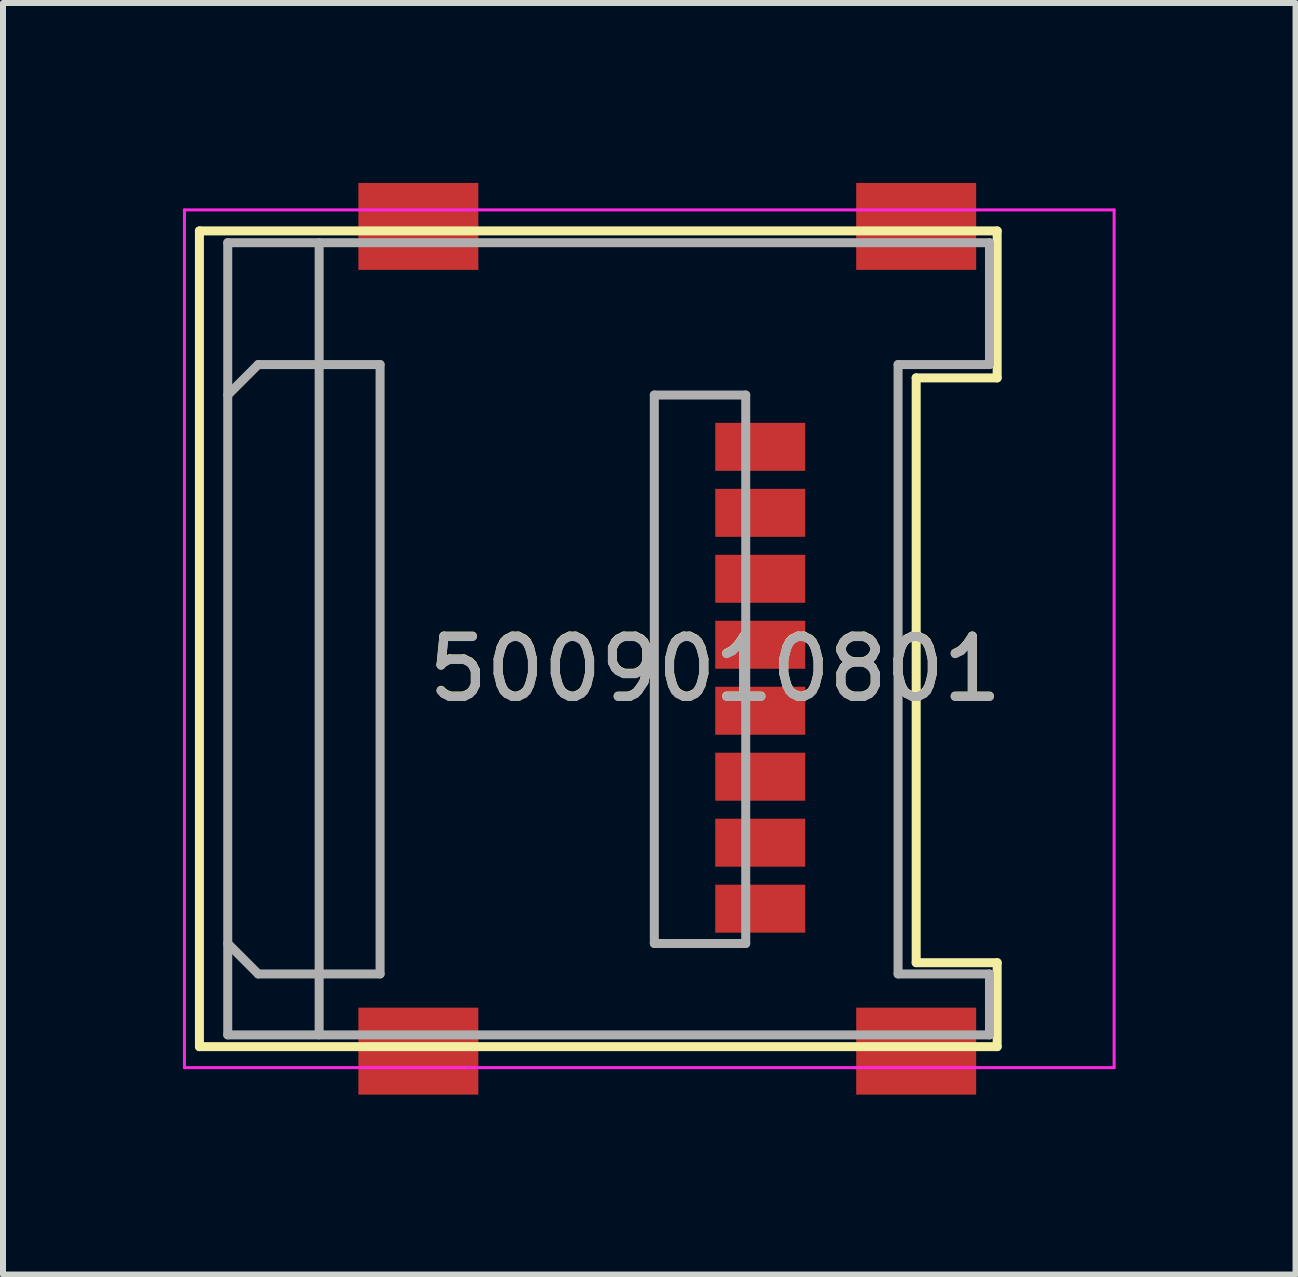
<source format=kicad_pcb>
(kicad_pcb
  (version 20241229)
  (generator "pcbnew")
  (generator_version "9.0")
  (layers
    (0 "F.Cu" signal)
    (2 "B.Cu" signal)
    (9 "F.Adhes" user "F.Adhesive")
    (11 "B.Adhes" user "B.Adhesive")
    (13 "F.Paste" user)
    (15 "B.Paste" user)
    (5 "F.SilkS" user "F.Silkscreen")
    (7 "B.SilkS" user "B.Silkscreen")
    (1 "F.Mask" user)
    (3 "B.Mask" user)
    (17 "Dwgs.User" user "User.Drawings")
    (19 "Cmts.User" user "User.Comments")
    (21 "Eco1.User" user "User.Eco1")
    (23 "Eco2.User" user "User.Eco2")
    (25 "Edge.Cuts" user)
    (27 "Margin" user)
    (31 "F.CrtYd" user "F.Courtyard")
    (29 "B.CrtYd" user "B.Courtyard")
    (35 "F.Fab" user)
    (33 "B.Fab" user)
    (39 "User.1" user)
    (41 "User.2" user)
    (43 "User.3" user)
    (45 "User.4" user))
  (footprint "5009010801"
    (layer "F.Cu")
    (at 8.875 7.6)
    (property "Reference" "5009010801" (at 0 0.5 0) (layer "F.SilkS") (effects (font (size 1 1) (thickness 0.15))))
    (attr through_hole)
    (fp_line (start -8.6 -6.8) (end 4.7 -6.8) (stroke (width 0.15) (type solid)) (layer "F.SilkS"))
    (fp_line (start -8.6 6.8) (end -8.6 -6.8) (stroke (width 0.15) (type solid)) (layer "F.SilkS"))
    (fp_line (start 3.35 -4.35) (end 3.35 5.4) (stroke (width 0.15) (type solid)) (layer "F.SilkS"))
    (fp_line (start 3.35 -4.35) (end 4.7 -4.35) (stroke (width 0.15) (type solid)) (layer "F.SilkS"))
    (fp_line (start 3.35 5.4) (end 4.7 5.4) (stroke (width 0.15) (type solid)) (layer "F.SilkS"))
    (fp_line (start 4.7 -4.35) (end 4.7 -6.8) (stroke (width 0.15) (type solid)) (layer "F.SilkS"))
    (fp_line (start 4.7 5.4) (end 4.7 6.8) (stroke (width 0.15) (type solid)) (layer "F.SilkS"))
    (fp_line (start 4.7 6.8) (end -8.6 6.8) (stroke (width 0.15) (type solid)) (layer "F.SilkS"))
    (fp_line (start -8.85 -7.15) (end 6.65 -7.15) (stroke (width 0.05) (type solid)) (layer "F.CrtYd"))
    (fp_line (start -8.85 7.15) (end -8.85 -7.15) (stroke (width 0.05) (type solid)) (layer "F.CrtYd"))
    (fp_line (start 6.65 -7.15) (end 6.65 7.15) (stroke (width 0.05) (type solid)) (layer "F.CrtYd"))
    (fp_line (start 6.65 7.15) (end -8.85 7.15) (stroke (width 0.05) (type solid)) (layer "F.CrtYd"))
    (fp_line (start -8.128 -6.604) (end -8.128 6.604) (stroke (width 0.15) (type solid)) (layer "F.Fab"))
    (fp_line (start -8.128 -6.604) (end 4.572 -6.604) (stroke (width 0.15) (type solid)) (layer "F.Fab"))
    (fp_line (start -8.128 6.604) (end 4.572 6.604) (stroke (width 0.15) (type solid)) (layer "F.Fab"))
    (fp_line (start -7.62 -4.572) (end -8.128 -4.064) (stroke (width 0.15) (type solid)) (layer "F.Fab"))
    (fp_line (start -7.62 5.588) (end -8.128 5.08) (stroke (width 0.15) (type solid)) (layer "F.Fab"))
    (fp_line (start -6.604 -6.604) (end -6.604 6.604) (stroke (width 0.15) (type solid)) (layer "F.Fab"))
    (fp_line (start -5.588 -4.572) (end -7.62 -4.572) (stroke (width 0.15) (type solid)) (layer "F.Fab"))
    (fp_line (start -5.588 -4.572) (end -5.588 5.588) (stroke (width 0.15) (type solid)) (layer "F.Fab"))
    (fp_line (start -5.588 5.588) (end -7.62 5.588) (stroke (width 0.15) (type solid)) (layer "F.Fab"))
    (fp_line (start -1.016 -4.064) (end 0.508 -4.064) (stroke (width 0.15) (type solid)) (layer "F.Fab"))
    (fp_line (start -1.016 5.08) (end -1.016 -4.064) (stroke (width 0.15) (type solid)) (layer "F.Fab"))
    (fp_line (start 0.508 -4.064) (end 0.508 5.08) (stroke (width 0.15) (type solid)) (layer "F.Fab"))
    (fp_line (start 0.508 5.08) (end -1.016 5.08) (stroke (width 0.15) (type solid)) (layer "F.Fab"))
    (fp_line (start 3.048 -4.572) (end 4.572 -4.572) (stroke (width 0.15) (type solid)) (layer "F.Fab"))
    (fp_line (start 3.048 5.588) (end 3.048 -4.572) (stroke (width 0.15) (type solid)) (layer "F.Fab"))
    (fp_line (start 4.572 -6.604) (end 4.572 -4.572) (stroke (width 0.15) (type solid)) (layer "F.Fab"))
    (fp_line (start 4.572 5.588) (end 3.048 5.588) (stroke (width 0.15) (type solid)) (layer "F.Fab"))
    (fp_line (start 4.572 6.604) (end 4.572 5.588) (stroke (width 0.15) (type solid)) (layer "F.Fab"))
    (fp_text user "${REFERENCE}" (at 0 0.508 0) (layer "F.Fab") (effects (font (size 1 1) (thickness 0.15))))
    (pad "1" smd rect (at 0.75 -3.2) (size 1.5 0.8) (layers "F.Cu" "F.Mask" "F.Paste"))
    (pad "2" smd rect (at 0.75 -2.1) (size 1.5 0.8) (layers "F.Cu" "F.Mask" "F.Paste"))
    (pad "3" smd rect (at 0.75 -1) (size 1.5 0.8) (layers "F.Cu" "F.Mask" "F.Paste"))
    (pad "4" smd rect (at 0.75 0.1) (size 1.5 0.8) (layers "F.Cu" "F.Mask" "F.Paste"))
    (pad "5" smd rect (at 0.75 1.2) (size 1.5 0.8) (layers "F.Cu" "F.Mask" "F.Paste"))
    (pad "6" smd rect (at 0.75 2.3) (size 1.5 0.8) (layers "F.Cu" "F.Mask" "F.Paste"))
    (pad "7" smd rect (at 0.75 3.4) (size 1.5 0.8) (layers "F.Cu" "F.Mask" "F.Paste"))
    (pad "8" smd rect (at 0.75 4.5) (size 1.5 0.8) (layers "F.Cu" "F.Mask" "F.Paste"))
    (pad "9" smd rect (at -4.95 -6.875) (size 2 1.45) (layers "F.Cu" "F.Mask" "F.Paste"))
    (pad "9" smd rect (at -4.95 6.875) (size 2 1.45) (layers "F.Cu" "F.Mask" "F.Paste"))
    (pad "9" smd rect (at 3.35 -6.875) (size 2 1.45) (layers "F.Cu" "F.Mask" "F.Paste"))
    (pad "9" smd rect (at 3.35 6.875) (size 2 1.45) (layers "F.Cu" "F.Mask" "F.Paste")))
  (gr_rect
    (start -3 -3)
    (end 18.55 18.2)
    (stroke (width 0.1) (type default))
    (fill no)
    (layer "Edge.Cuts")))
</source>
